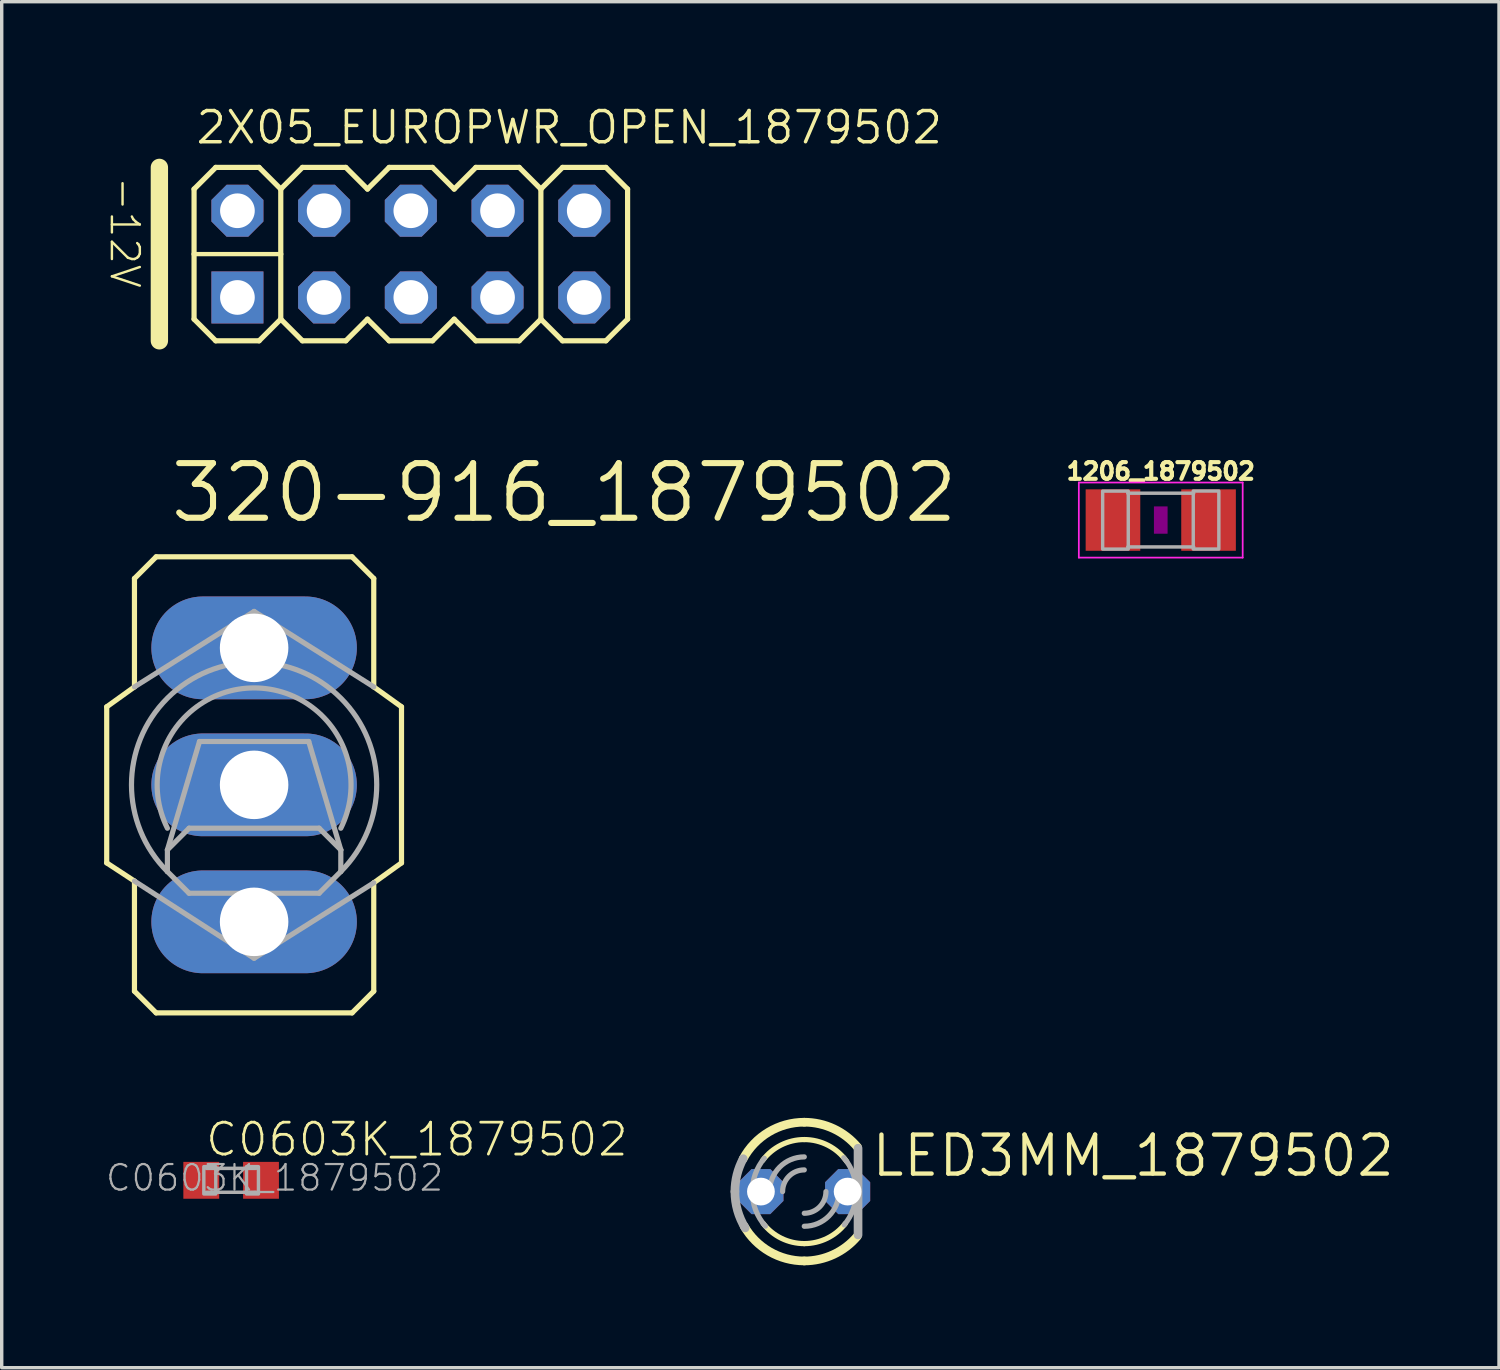
<source format=kicad_pcb>
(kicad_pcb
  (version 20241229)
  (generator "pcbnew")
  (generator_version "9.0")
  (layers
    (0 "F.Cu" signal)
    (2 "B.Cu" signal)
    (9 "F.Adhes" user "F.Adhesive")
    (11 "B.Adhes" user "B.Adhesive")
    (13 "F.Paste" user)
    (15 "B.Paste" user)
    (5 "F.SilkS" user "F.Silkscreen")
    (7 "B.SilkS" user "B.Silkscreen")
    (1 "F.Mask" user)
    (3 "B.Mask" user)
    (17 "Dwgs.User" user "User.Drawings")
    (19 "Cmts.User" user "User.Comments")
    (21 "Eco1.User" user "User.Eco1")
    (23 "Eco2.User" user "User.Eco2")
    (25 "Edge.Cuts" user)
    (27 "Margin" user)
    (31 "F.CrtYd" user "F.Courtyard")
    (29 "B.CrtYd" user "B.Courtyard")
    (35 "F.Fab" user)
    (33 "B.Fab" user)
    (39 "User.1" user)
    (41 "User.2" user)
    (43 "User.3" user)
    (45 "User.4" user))
  (footprint "LED3MM_1879502"
    (layer "F.Cu")
    (at 20.511 31.857)
    (property "Reference" "LED3MM_1879502" (at 1.905 -0.381 0) (unlocked yes) (layer "F.SilkS") (effects (font (size 1.143 1.143) (thickness 0.127)) (justify left bottom)))
    (fp_arc (start -1.7929 -0.9562) (mid -1.045438 -1.7424) (end 0 -2.032) (stroke (width 0.254) (type solid)) (layer "F.SilkS"))
    (fp_arc (start -1.2192 -0.9144) (mid -0.681554 -1.363107) (end 0 -1.524) (stroke (width 0.1524) (type solid)) (layer "F.SilkS"))
    (fp_arc (start 0 -2.032) (mid 0.861864 -1.840173) (end 1.561 -1.3009) (stroke (width 0.254) (type solid)) (layer "F.SilkS"))
    (fp_arc (start 0 -1.524) (mid 0.697339 -1.355082) (end 1.2401 -0.885801) (stroke (width 0.1524) (type solid)) (layer "F.SilkS"))
    (fp_arc (start 0 1.524) (mid -0.669593 1.369018) (end -1.203 0.9356) (stroke (width 0.1524) (type solid)) (layer "F.SilkS"))
    (fp_arc (start 0 2.032) (mid -1.019924 1.757525) (end -1.7643 1.0082) (stroke (width 0.254) (type solid)) (layer "F.SilkS"))
    (fp_arc (start 1.203 0.9356) (mid 0.669593 1.369018) (end 0 1.524) (stroke (width 0.1524) (type solid)) (layer "F.SilkS"))
    (fp_arc (start 1.5512 1.3126) (mid 0.854953 1.843405) (end 0 2.032) (stroke (width 0.254) (type solid)) (layer "F.SilkS"))
    (fp_line (start 1.575 1.27) (end 1.575 -1.27) (stroke (width 0.254) (type solid)) (layer "F.Fab"))
    (fp_arc (start -2.032 0) (mid -1.970339 -0.496775) (end -1.7891 -0.9634) (stroke (width 0.254) (type solid)) (layer "F.Fab"))
    (fp_arc (start -1.7306 1.065) (mid -1.95521 0.553417) (end -2.032 0) (stroke (width 0.254) (type solid)) (layer "F.Fab"))
    (fp_arc (start -1.524 0) (mid -1.432981 -0.518783) (end -1.1708 -0.9756) (stroke (width 0.1524) (type solid)) (layer "F.Fab"))
    (fp_arc (start -1.1391 1.0125) (mid -1.42454 0.5416) (end -1.524 0) (stroke (width 0.1524) (type solid)) (layer "F.Fab"))
    (fp_arc (start -1.016 0) (mid -0.71842 -0.71842) (end 0 -1.016) (stroke (width 0.1524) (type solid)) (layer "F.Fab"))
    (fp_arc (start -0.635 0) (mid -0.449013 -0.449013) (end 0 -0.635) (stroke (width 0.1524) (type solid)) (layer "F.Fab"))
    (fp_arc (start 0.635 0) (mid 0.449013 0.449013) (end 0 0.635) (stroke (width 0.1524) (type solid)) (layer "F.Fab"))
    (fp_arc (start 1.016 0) (mid 0.71842 0.71842) (end 0 1.016) (stroke (width 0.1524) (type solid)) (layer "F.Fab"))
    (fp_arc (start 1.1571 -0.9918) (mid 1.429332 -0.528744) (end 1.524 0) (stroke (width 0.1524) (type solid)) (layer "F.Fab"))
    (fp_arc (start 1.524 0) (mid 1.432981 0.518783) (end 1.1708 0.9756) (stroke (width 0.1524) (type solid)) (layer "F.Fab"))
    (pad "A" thru_hole roundrect (at -1.27 0) (size 1.321 1.321) (drill 0.813) (layers "*.Cu" "*.Mask") (roundrect_rratio 0.25) (chamfer_ratio 0.293) (chamfer top_left top_right bottom_left bottom_right))
    (pad "K" thru_hole roundrect (at 1.27 0) (size 1.321 1.321) (drill 0.813) (layers "*.Cu" "*.Mask") (roundrect_rratio 0.25) (chamfer_ratio 0.293) (chamfer top_left top_right bottom_left bottom_right)))
  (footprint "320-916_1879502"
    (layer "F.Cu")
    (at 4.394 19.942)
    (property "Reference" "320-916_1879502" (at -2.54 -7.62 0) (unlocked yes) (layer "F.SilkS") (effects (font (size 1.6 1.6) (thickness 0.178)) (justify left bottom)))
    (fp_line (start -4.318 -2.286) (end -4.318 2.286) (stroke (width 0.152) (type solid)) (layer "F.SilkS"))
    (fp_line (start -4.318 -2.286) (end -3.505 -2.87) (stroke (width 0.152) (type solid)) (layer "F.SilkS"))
    (fp_line (start -4.318 2.286) (end -3.505 2.819) (stroke (width 0.152) (type solid)) (layer "F.SilkS"))
    (fp_line (start -3.505 -2.87) (end -3.505 -6.045) (stroke (width 0.152) (type solid)) (layer "F.SilkS"))
    (fp_line (start -3.505 6.045) (end -3.505 2.819) (stroke (width 0.152) (type solid)) (layer "F.SilkS"))
    (fp_line (start -3.505 6.045) (end -2.87 6.68) (stroke (width 0.152) (type solid)) (layer "F.SilkS"))
    (fp_line (start -2.87 -6.68) (end -3.505 -6.045) (stroke (width 0.152) (type solid)) (layer "F.SilkS"))
    (fp_line (start -2.87 -6.68) (end 2.87 -6.68) (stroke (width 0.152) (type solid)) (layer "F.SilkS"))
    (fp_line (start 2.87 6.68) (end -2.87 6.68) (stroke (width 0.152) (type solid)) (layer "F.SilkS"))
    (fp_line (start 2.87 6.68) (end 3.505 6.045) (stroke (width 0.152) (type solid)) (layer "F.SilkS"))
    (fp_line (start 3.505 -6.045) (end 2.87 -6.68) (stroke (width 0.152) (type solid)) (layer "F.SilkS"))
    (fp_line (start 3.505 -6.045) (end 3.505 -2.87) (stroke (width 0.152) (type solid)) (layer "F.SilkS"))
    (fp_line (start 3.505 6.045) (end 3.505 2.87) (stroke (width 0.152) (type solid)) (layer "F.SilkS"))
    (fp_line (start 4.318 -2.286) (end 3.505 -2.87) (stroke (width 0.152) (type solid)) (layer "F.SilkS"))
    (fp_line (start 4.318 -2.286) (end 4.318 2.286) (stroke (width 0.152) (type solid)) (layer "F.SilkS"))
    (fp_line (start 4.318 2.286) (end 3.505 2.87) (stroke (width 0.152) (type solid)) (layer "F.SilkS"))
    (fp_line (start -3.505 -2.87) (end 0 -5.08) (stroke (width 0.152) (type solid)) (layer "F.Fab"))
    (fp_line (start -3.505 2.819) (end 0 5.08) (stroke (width 0.152) (type solid)) (layer "F.Fab"))
    (fp_line (start -2.54 2.54) (end -2.54 1.905) (stroke (width 0.152) (type solid)) (layer "F.Fab"))
    (fp_line (start -2.54 2.54) (end -1.905 3.175) (stroke (width 0.152) (type solid)) (layer "F.Fab"))
    (fp_line (start -1.905 1.27) (end -2.54 1.905) (stroke (width 0.152) (type solid)) (layer "F.Fab"))
    (fp_line (start -1.905 1.27) (end 1.905 1.27) (stroke (width 0.152) (type solid)) (layer "F.Fab"))
    (fp_line (start -1.6 -1.27) (end -2.54 1.905) (stroke (width 0.152) (type solid)) (layer "F.Fab"))
    (fp_line (start -1.6 -1.27) (end 1.6 -1.27) (stroke (width 0.152) (type solid)) (layer "F.Fab"))
    (fp_line (start 1.6 -1.27) (end 2.54 1.905) (stroke (width 0.152) (type solid)) (layer "F.Fab"))
    (fp_line (start 1.905 1.27) (end 2.54 1.905) (stroke (width 0.152) (type solid)) (layer "F.Fab"))
    (fp_line (start 1.905 3.175) (end -1.905 3.175) (stroke (width 0.152) (type solid)) (layer "F.Fab"))
    (fp_line (start 1.905 3.175) (end 2.54 2.54) (stroke (width 0.152) (type solid)) (layer "F.Fab"))
    (fp_line (start 2.54 1.905) (end 2.54 2.54) (stroke (width 0.152) (type solid)) (layer "F.Fab"))
    (fp_line (start 3.505 -2.87) (end 0 -5.08) (stroke (width 0.152) (type solid)) (layer "F.Fab"))
    (fp_line (start 3.505 2.87) (end 0 5.08) (stroke (width 0.152) (type solid)) (layer "F.Fab"))
    (fp_arc (start -2.54 1.27) (mid 0 -2.839806) (end 2.54 1.27) (stroke (width 0.1524) (type solid)) (layer "F.Fab"))
    (fp_arc (start -2.54 2.54) (mid 0 -3.592102) (end 2.54 2.54) (stroke (width 0.1524) (type solid)) (layer "F.Fab"))
    (pad "1" thru_hole oval (at 0 -4.013) (size 6.02 3.01) (drill 2.007) (layers "*.Cu" "*.Mask"))
    (pad "2" thru_hole oval (at 0 0) (size 6.02 3.01) (drill 2.007) (layers "*.Cu" "*.Mask"))
    (pad "3" thru_hole oval (at 0 4.013) (size 6.02 3.01) (drill 2.007) (layers "*.Cu" "*.Mask")))
  (footprint "C0603K_1879502"
    (layer "F.Cu")
    (at 3.721 31.527)
    (property "Reference" "C0603K_1879502" (at -0.8 -0.65 0) (unlocked yes) (layer "F.SilkS") (effects (font (size 0.935 0.935) (thickness 0.081)) (justify left bottom)))
    (fp_line (start -0.725 -0.35) (end 0.725 -0.35) (stroke (width 0.102) (type solid)) (layer "F.Fab"))
    (fp_line (start 0.725 0.35) (end -0.725 0.35) (stroke (width 0.102) (type solid)) (layer "F.Fab"))
    (fp_poly (pts (xy -0.8 0.4) (xy -0.45 0.4) (xy -0.45 -0.4) (xy -0.8 -0.4)) (stroke (width 0.1) (type default)) (fill no) (layer "F.Fab"))
    (fp_poly (pts (xy 0.45 0.4) (xy 0.8 0.4) (xy 0.8 -0.4) (xy 0.45 -0.4)) (stroke (width 0.1) (type default)) (fill no) (layer "F.Fab"))
    (fp_text user "${REFERENCE}" (at -3.721 0.366 0) (unlocked yes) (layer "F.Fab") (effects (font (size 0.748 0.748) (thickness 0.065)) (justify left bottom)))
    (pad "1" smd rect (at -0.875 0) (size 1.05 1.08) (layers "F.Cu" "F.Mask" "F.Paste"))
    (pad "2" smd rect (at 0.875 0) (size 1.05 1.08) (layers "F.Cu" "F.Mask" "F.Paste")))
  (footprint "2X05_EUROPWR_OPEN_1879502"
    (layer "F.Cu")
    (at 8.985 4.394)
    (property "Reference" "2X05_EUROPWR_OPEN_1879502" (at -6.35 -3.175 0) (unlocked yes) (layer "F.SilkS") (effects (font (size 0.914 0.914) (thickness 0.102)) (justify left bottom)))
    (fp_line (start -7.366 -2.54) (end -7.366 2.54) (stroke (width 0.508) (type solid)) (layer "F.SilkS"))
    (fp_line (start -6.35 -1.905) (end -5.715 -2.54) (stroke (width 0.152) (type solid)) (layer "F.SilkS"))
    (fp_line (start -6.35 0) (end -6.35 -1.905) (stroke (width 0.152) (type solid)) (layer "F.SilkS"))
    (fp_line (start -6.35 1.905) (end -6.35 0) (stroke (width 0.152) (type solid)) (layer "F.SilkS"))
    (fp_line (start -6.35 1.905) (end -5.715 2.54) (stroke (width 0.152) (type solid)) (layer "F.SilkS"))
    (fp_line (start -5.715 -2.54) (end -4.445 -2.54) (stroke (width 0.152) (type solid)) (layer "F.SilkS"))
    (fp_line (start -5.715 2.54) (end -4.445 2.54) (stroke (width 0.152) (type solid)) (layer "F.SilkS"))
    (fp_line (start -4.445 -2.54) (end -3.81 -1.905) (stroke (width 0.152) (type solid)) (layer "F.SilkS"))
    (fp_line (start -4.445 2.54) (end -3.81 1.905) (stroke (width 0.152) (type solid)) (layer "F.SilkS"))
    (fp_line (start -3.81 -1.905) (end -3.81 0) (stroke (width 0.152) (type solid)) (layer "F.SilkS"))
    (fp_line (start -3.81 -1.905) (end -3.175 -2.54) (stroke (width 0.152) (type solid)) (layer "F.SilkS"))
    (fp_line (start -3.81 0) (end -6.35 0) (stroke (width 0.127) (type solid)) (layer "F.SilkS"))
    (fp_line (start -3.81 0) (end -3.81 1.905) (stroke (width 0.152) (type solid)) (layer "F.SilkS"))
    (fp_line (start -3.81 1.905) (end -3.175 2.54) (stroke (width 0.152) (type solid)) (layer "F.SilkS"))
    (fp_line (start -3.175 -2.54) (end -1.905 -2.54) (stroke (width 0.152) (type solid)) (layer "F.SilkS"))
    (fp_line (start -3.175 2.54) (end -1.905 2.54) (stroke (width 0.152) (type solid)) (layer "F.SilkS"))
    (fp_line (start -1.905 -2.54) (end -1.27 -1.905) (stroke (width 0.152) (type solid)) (layer "F.SilkS"))
    (fp_line (start -1.905 2.54) (end -1.27 1.905) (stroke (width 0.152) (type solid)) (layer "F.SilkS"))
    (fp_line (start -1.27 -1.905) (end -0.635 -2.54) (stroke (width 0.152) (type solid)) (layer "F.SilkS"))
    (fp_line (start -1.27 1.905) (end -0.635 2.54) (stroke (width 0.152) (type solid)) (layer "F.SilkS"))
    (fp_line (start -0.635 -2.54) (end 0.635 -2.54) (stroke (width 0.152) (type solid)) (layer "F.SilkS"))
    (fp_line (start -0.635 2.54) (end 0.635 2.54) (stroke (width 0.152) (type solid)) (layer "F.SilkS"))
    (fp_line (start 0.635 -2.54) (end 1.27 -1.905) (stroke (width 0.152) (type solid)) (layer "F.SilkS"))
    (fp_line (start 0.635 2.54) (end 1.27 1.905) (stroke (width 0.152) (type solid)) (layer "F.SilkS"))
    (fp_line (start 1.27 -1.905) (end 1.905 -2.54) (stroke (width 0.152) (type solid)) (layer "F.SilkS"))
    (fp_line (start 1.27 1.905) (end 1.905 2.54) (stroke (width 0.152) (type solid)) (layer "F.SilkS"))
    (fp_line (start 1.905 -2.54) (end 3.175 -2.54) (stroke (width 0.152) (type solid)) (layer "F.SilkS"))
    (fp_line (start 1.905 2.54) (end 3.175 2.54) (stroke (width 0.152) (type solid)) (layer "F.SilkS"))
    (fp_line (start 3.175 -2.54) (end 3.81 -1.905) (stroke (width 0.152) (type solid)) (layer "F.SilkS"))
    (fp_line (start 3.175 2.54) (end 3.81 1.905) (stroke (width 0.152) (type solid)) (layer "F.SilkS"))
    (fp_line (start 3.81 -1.905) (end 3.81 1.905) (stroke (width 0.152) (type solid)) (layer "F.SilkS"))
    (fp_line (start 3.81 -1.905) (end 4.445 -2.54) (stroke (width 0.152) (type solid)) (layer "F.SilkS"))
    (fp_line (start 3.81 1.905) (end 4.445 2.54) (stroke (width 0.152) (type solid)) (layer "F.SilkS"))
    (fp_line (start 4.445 -2.54) (end 5.715 -2.54) (stroke (width 0.152) (type solid)) (layer "F.SilkS"))
    (fp_line (start 4.445 2.54) (end 5.715 2.54) (stroke (width 0.152) (type solid)) (layer "F.SilkS"))
    (fp_line (start 5.715 -2.54) (end 6.35 -1.905) (stroke (width 0.152) (type solid)) (layer "F.SilkS"))
    (fp_line (start 5.715 2.54) (end 6.35 1.905) (stroke (width 0.152) (type solid)) (layer "F.SilkS"))
    (fp_line (start 6.35 -1.905) (end 6.35 1.905) (stroke (width 0.152) (type solid)) (layer "F.SilkS"))
    (fp_poly (pts (xy -5.334 -1.016) (xy -4.826 -1.016) (xy -4.826 -1.524) (xy -5.334 -1.524)) (stroke (width 0.1) (type default)) (fill no) (layer "F.Fab"))
    (fp_poly (pts (xy -5.334 1.524) (xy -4.826 1.524) (xy -4.826 1.016) (xy -5.334 1.016)) (stroke (width 0.1) (type default)) (fill no) (layer "F.Fab"))
    (fp_poly (pts (xy -2.794 -1.016) (xy -2.286 -1.016) (xy -2.286 -1.524) (xy -2.794 -1.524)) (stroke (width 0.1) (type default)) (fill no) (layer "F.Fab"))
    (fp_poly (pts (xy -2.794 1.524) (xy -2.286 1.524) (xy -2.286 1.016) (xy -2.794 1.016)) (stroke (width 0.1) (type default)) (fill no) (layer "F.Fab"))
    (fp_poly (pts (xy -0.254 -1.016) (xy 0.254 -1.016) (xy 0.254 -1.524) (xy -0.254 -1.524)) (stroke (width 0.1) (type default)) (fill no) (layer "F.Fab"))
    (fp_poly (pts (xy -0.254 1.524) (xy 0.254 1.524) (xy 0.254 1.016) (xy -0.254 1.016)) (stroke (width 0.1) (type default)) (fill no) (layer "F.Fab"))
    (fp_poly (pts (xy 2.286 -1.016) (xy 2.794 -1.016) (xy 2.794 -1.524) (xy 2.286 -1.524)) (stroke (width 0.1) (type default)) (fill no) (layer "F.Fab"))
    (fp_poly (pts (xy 2.286 1.524) (xy 2.794 1.524) (xy 2.794 1.016) (xy 2.286 1.016)) (stroke (width 0.1) (type default)) (fill no) (layer "F.Fab"))
    (fp_poly (pts (xy 4.826 -1.016) (xy 5.334 -1.016) (xy 5.334 -1.524) (xy 4.826 -1.524)) (stroke (width 0.1) (type default)) (fill no) (layer "F.Fab"))
    (fp_poly (pts (xy 4.826 1.524) (xy 5.334 1.524) (xy 5.334 1.016) (xy 4.826 1.016)) (stroke (width 0.1) (type default)) (fill no) (layer "F.Fab"))
    (fp_text user "-12V" (at -8.382 -0.635 270) (unlocked yes) (layer "F.SilkS") (effects (font (size 0.818 0.818) (thickness 0.071))))
    (pad "1" thru_hole rect (at -5.08 1.27) (size 1.524 1.524) (drill 1.016) (layers "*.Cu" "*.Mask"))
    (pad "2" thru_hole roundrect (at -5.08 -1.27) (size 1.524 1.524) (drill 1.016) (layers "*.Cu" "*.Mask") (roundrect_rratio 0.25) (chamfer_ratio 0.293) (chamfer top_left top_right bottom_left bottom_right))
    (pad "3" thru_hole roundrect (at -2.54 1.27) (size 1.524 1.524) (drill 1.016) (layers "*.Cu" "*.Mask") (roundrect_rratio 0.25) (chamfer_ratio 0.293) (chamfer top_left top_right bottom_left bottom_right))
    (pad "4" thru_hole roundrect (at -2.54 -1.27) (size 1.524 1.524) (drill 1.016) (layers "*.Cu" "*.Mask") (roundrect_rratio 0.25) (chamfer_ratio 0.293) (chamfer top_left top_right bottom_left bottom_right))
    (pad "5" thru_hole roundrect (at 0 1.27) (size 1.524 1.524) (drill 1.016) (layers "*.Cu" "*.Mask") (roundrect_rratio 0.25) (chamfer_ratio 0.293) (chamfer top_left top_right bottom_left bottom_right))
    (pad "6" thru_hole roundrect (at 0 -1.27) (size 1.524 1.524) (drill 1.016) (layers "*.Cu" "*.Mask") (roundrect_rratio 0.25) (chamfer_ratio 0.293) (chamfer top_left top_right bottom_left bottom_right))
    (pad "7" thru_hole roundrect (at 2.54 1.27) (size 1.524 1.524) (drill 1.016) (layers "*.Cu" "*.Mask") (roundrect_rratio 0.25) (chamfer_ratio 0.293) (chamfer top_left top_right bottom_left bottom_right))
    (pad "8" thru_hole roundrect (at 2.54 -1.27) (size 1.524 1.524) (drill 1.016) (layers "*.Cu" "*.Mask") (roundrect_rratio 0.25) (chamfer_ratio 0.293) (chamfer top_left top_right bottom_left bottom_right))
    (pad "9" thru_hole roundrect (at 5.08 1.27) (size 1.524 1.524) (drill 1.016) (layers "*.Cu" "*.Mask") (roundrect_rratio 0.25) (chamfer_ratio 0.293) (chamfer top_left top_right bottom_left bottom_right))
    (pad "10" thru_hole roundrect (at 5.08 -1.27) (size 1.524 1.524) (drill 1.016) (layers "*.Cu" "*.Mask") (roundrect_rratio 0.25) (chamfer_ratio 0.293) (chamfer top_left top_right bottom_left bottom_right)))
  (footprint "1206_1879502"
    (layer "F.Cu")
    (at 30.954 12.185)
    (property "Reference" "1206_1879502" (at 0 -1.143 0) (unlocked yes) (layer "F.SilkS") (effects (font (size 0.488 0.488) (thickness 0.122)) (justify bottom)))
    (fp_poly (pts (xy -0.2 0.4) (xy 0.2 0.4) (xy 0.2 -0.4) (xy -0.2 -0.4)) (stroke (width 0) (type default)) (fill yes) (layer "F.Adhes"))
    (fp_line (start -2.4 -1.1) (end 2.4 -1.1) (stroke (width 0.051) (type solid)) (layer "F.CrtYd"))
    (fp_line (start -2.4 1.1) (end -2.4 -1.1) (stroke (width 0.051) (type solid)) (layer "F.CrtYd"))
    (fp_line (start 2.4 -1.1) (end 2.4 1.1) (stroke (width 0.051) (type solid)) (layer "F.CrtYd"))
    (fp_line (start 2.4 1.1) (end -2.4 1.1) (stroke (width 0.051) (type solid)) (layer "F.CrtYd"))
    (fp_line (start -0.965 -0.787) (end 0.965 -0.787) (stroke (width 0.102) (type solid)) (layer "F.Fab"))
    (fp_line (start -0.965 0.787) (end 0.965 0.787) (stroke (width 0.102) (type solid)) (layer "F.Fab"))
    (fp_poly (pts (xy -1.702 0.851) (xy -0.952 0.851) (xy -0.952 -0.849) (xy -1.702 -0.849)) (stroke (width 0.1) (type default)) (fill no) (layer "F.Fab"))
    (fp_poly (pts (xy 0.952 0.849) (xy 1.702 0.849) (xy 1.702 -0.851) (xy 0.952 -0.851)) (stroke (width 0.1) (type default)) (fill no) (layer "F.Fab"))
    (pad "1" smd rect (at -1.4 0) (size 1.6 1.8) (layers "F.Cu" "F.Mask" "F.Paste"))
    (pad "2" smd rect (at 1.4 0) (size 1.6 1.8) (layers "F.Cu" "F.Mask" "F.Paste")))
  (gr_rect
    (start -3 -3)
    (end 40.863 37.016)
    (stroke (width 0.1) (type default))
    (fill no)
    (layer "Edge.Cuts")))
</source>
